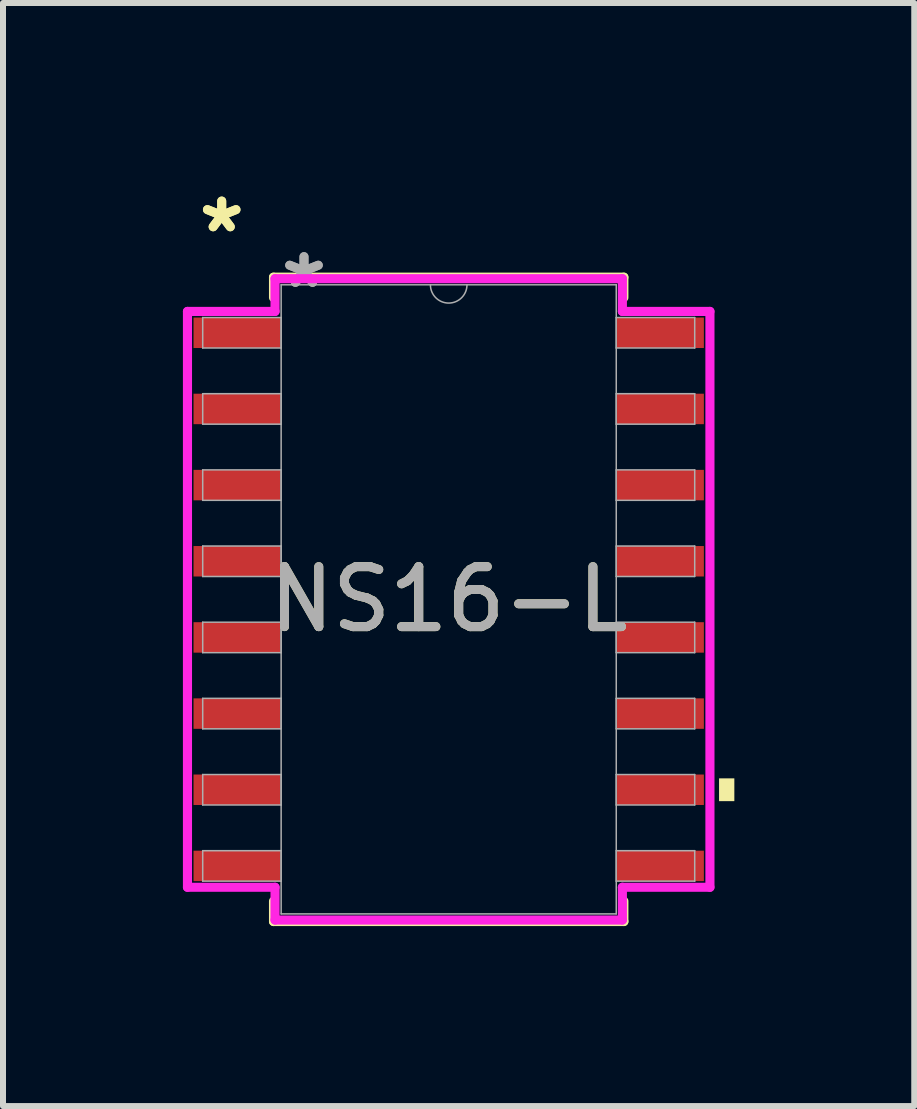
<source format=kicad_pcb>
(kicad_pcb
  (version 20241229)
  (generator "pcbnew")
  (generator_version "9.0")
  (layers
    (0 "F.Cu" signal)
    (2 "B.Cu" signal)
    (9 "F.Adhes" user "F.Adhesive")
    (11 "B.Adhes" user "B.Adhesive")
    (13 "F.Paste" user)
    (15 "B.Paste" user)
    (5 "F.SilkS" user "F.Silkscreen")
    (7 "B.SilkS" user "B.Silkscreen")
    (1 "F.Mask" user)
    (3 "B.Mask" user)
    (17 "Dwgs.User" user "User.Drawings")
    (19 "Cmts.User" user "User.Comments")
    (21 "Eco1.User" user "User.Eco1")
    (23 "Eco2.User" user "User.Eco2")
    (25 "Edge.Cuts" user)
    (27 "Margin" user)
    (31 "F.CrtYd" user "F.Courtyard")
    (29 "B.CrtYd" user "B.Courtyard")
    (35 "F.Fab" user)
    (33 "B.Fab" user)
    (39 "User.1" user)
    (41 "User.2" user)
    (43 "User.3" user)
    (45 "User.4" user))
  (footprint "NS16-L"
    (layer "F.Cu")
    (at 4.432 6.944)
    (property "Reference" "NS16-L" (at 0 0 0) (unlocked yes) (layer "F.SilkS") (effects (font (size 1 1) (thickness 0.15))))
    (attr smd)
    (fp_line (start -2.921 -5.372) (end -2.921 -5.032) (stroke (width 0.152) (type solid)) (layer "F.SilkS"))
    (fp_line (start -2.921 5.032) (end -2.921 5.372) (stroke (width 0.152) (type solid)) (layer "F.SilkS"))
    (fp_line (start -2.921 5.372) (end 2.921 5.372) (stroke (width 0.152) (type solid)) (layer "F.SilkS"))
    (fp_line (start 2.921 -5.372) (end -2.921 -5.372) (stroke (width 0.152) (type solid)) (layer "F.SilkS"))
    (fp_line (start 2.921 -5.032) (end 2.921 -5.372) (stroke (width 0.152) (type solid)) (layer "F.SilkS"))
    (fp_line (start 2.921 5.372) (end 2.921 5.032) (stroke (width 0.152) (type solid)) (layer "F.SilkS"))
    (fp_poly (pts (xy 4.763 2.985) (xy 4.763 3.365) (xy 4.508 3.365) (xy 4.508 2.985)) (stroke (width 0) (type solid)) (fill yes) (layer "F.SilkS"))
    (fp_line (start -4.356 -4.801) (end -2.896 -4.801) (stroke (width 0.152) (type solid)) (layer "F.CrtYd"))
    (fp_line (start -4.356 4.801) (end -4.356 -4.801) (stroke (width 0.152) (type solid)) (layer "F.CrtYd"))
    (fp_line (start -4.356 4.801) (end -2.896 4.801) (stroke (width 0.152) (type solid)) (layer "F.CrtYd"))
    (fp_line (start -2.896 -5.347) (end 2.896 -5.347) (stroke (width 0.152) (type solid)) (layer "F.CrtYd"))
    (fp_line (start -2.896 -4.801) (end -2.896 -5.347) (stroke (width 0.152) (type solid)) (layer "F.CrtYd"))
    (fp_line (start -2.896 5.347) (end -2.896 4.801) (stroke (width 0.152) (type solid)) (layer "F.CrtYd"))
    (fp_line (start 2.896 -5.347) (end 2.896 -4.801) (stroke (width 0.152) (type solid)) (layer "F.CrtYd"))
    (fp_line (start 2.896 4.801) (end 2.896 5.347) (stroke (width 0.152) (type solid)) (layer "F.CrtYd"))
    (fp_line (start 2.896 5.347) (end -2.896 5.347) (stroke (width 0.152) (type solid)) (layer "F.CrtYd"))
    (fp_line (start 4.356 -4.801) (end 2.896 -4.801) (stroke (width 0.152) (type solid)) (layer "F.CrtYd"))
    (fp_line (start 4.356 -4.801) (end 4.356 4.801) (stroke (width 0.152) (type solid)) (layer "F.CrtYd"))
    (fp_line (start 4.356 4.801) (end 2.896 4.801) (stroke (width 0.152) (type solid)) (layer "F.CrtYd"))
    (fp_line (start -4.102 -4.699) (end -4.102 -4.191) (stroke (width 0.025) (type solid)) (layer "F.Fab"))
    (fp_line (start -4.102 -4.191) (end -2.794 -4.191) (stroke (width 0.025) (type solid)) (layer "F.Fab"))
    (fp_line (start -4.102 -3.429) (end -4.102 -2.921) (stroke (width 0.025) (type solid)) (layer "F.Fab"))
    (fp_line (start -4.102 -2.921) (end -2.794 -2.921) (stroke (width 0.025) (type solid)) (layer "F.Fab"))
    (fp_line (start -4.102 -2.159) (end -4.102 -1.651) (stroke (width 0.025) (type solid)) (layer "F.Fab"))
    (fp_line (start -4.102 -1.651) (end -2.794 -1.651) (stroke (width 0.025) (type solid)) (layer "F.Fab"))
    (fp_line (start -4.102 -0.889) (end -4.102 -0.381) (stroke (width 0.025) (type solid)) (layer "F.Fab"))
    (fp_line (start -4.102 -0.381) (end -2.794 -0.381) (stroke (width 0.025) (type solid)) (layer "F.Fab"))
    (fp_line (start -4.102 0.381) (end -4.102 0.889) (stroke (width 0.025) (type solid)) (layer "F.Fab"))
    (fp_line (start -4.102 0.889) (end -2.794 0.889) (stroke (width 0.025) (type solid)) (layer "F.Fab"))
    (fp_line (start -4.102 1.651) (end -4.102 2.159) (stroke (width 0.025) (type solid)) (layer "F.Fab"))
    (fp_line (start -4.102 2.159) (end -2.794 2.159) (stroke (width 0.025) (type solid)) (layer "F.Fab"))
    (fp_line (start -4.102 2.921) (end -4.102 3.429) (stroke (width 0.025) (type solid)) (layer "F.Fab"))
    (fp_line (start -4.102 3.429) (end -2.794 3.429) (stroke (width 0.025) (type solid)) (layer "F.Fab"))
    (fp_line (start -4.102 4.191) (end -4.102 4.699) (stroke (width 0.025) (type solid)) (layer "F.Fab"))
    (fp_line (start -4.102 4.699) (end -2.794 4.699) (stroke (width 0.025) (type solid)) (layer "F.Fab"))
    (fp_line (start -2.794 -5.245) (end -2.794 5.245) (stroke (width 0.025) (type solid)) (layer "F.Fab"))
    (fp_line (start -2.794 -4.699) (end -4.102 -4.699) (stroke (width 0.025) (type solid)) (layer "F.Fab"))
    (fp_line (start -2.794 -4.191) (end -2.794 -4.699) (stroke (width 0.025) (type solid)) (layer "F.Fab"))
    (fp_line (start -2.794 -3.429) (end -4.102 -3.429) (stroke (width 0.025) (type solid)) (layer "F.Fab"))
    (fp_line (start -2.794 -2.921) (end -2.794 -3.429) (stroke (width 0.025) (type solid)) (layer "F.Fab"))
    (fp_line (start -2.794 -2.159) (end -4.102 -2.159) (stroke (width 0.025) (type solid)) (layer "F.Fab"))
    (fp_line (start -2.794 -1.651) (end -2.794 -2.159) (stroke (width 0.025) (type solid)) (layer "F.Fab"))
    (fp_line (start -2.794 -0.889) (end -4.102 -0.889) (stroke (width 0.025) (type solid)) (layer "F.Fab"))
    (fp_line (start -2.794 -0.381) (end -2.794 -0.889) (stroke (width 0.025) (type solid)) (layer "F.Fab"))
    (fp_line (start -2.794 0.381) (end -4.102 0.381) (stroke (width 0.025) (type solid)) (layer "F.Fab"))
    (fp_line (start -2.794 0.889) (end -2.794 0.381) (stroke (width 0.025) (type solid)) (layer "F.Fab"))
    (fp_line (start -2.794 1.651) (end -4.102 1.651) (stroke (width 0.025) (type solid)) (layer "F.Fab"))
    (fp_line (start -2.794 2.159) (end -2.794 1.651) (stroke (width 0.025) (type solid)) (layer "F.Fab"))
    (fp_line (start -2.794 2.921) (end -4.102 2.921) (stroke (width 0.025) (type solid)) (layer "F.Fab"))
    (fp_line (start -2.794 3.429) (end -2.794 2.921) (stroke (width 0.025) (type solid)) (layer "F.Fab"))
    (fp_line (start -2.794 4.191) (end -4.102 4.191) (stroke (width 0.025) (type solid)) (layer "F.Fab"))
    (fp_line (start -2.794 4.699) (end -2.794 4.191) (stroke (width 0.025) (type solid)) (layer "F.Fab"))
    (fp_line (start -2.794 5.245) (end 2.794 5.245) (stroke (width 0.025) (type solid)) (layer "F.Fab"))
    (fp_line (start 2.794 -5.245) (end -2.794 -5.245) (stroke (width 0.025) (type solid)) (layer "F.Fab"))
    (fp_line (start 2.794 -4.699) (end 2.794 -4.191) (stroke (width 0.025) (type solid)) (layer "F.Fab"))
    (fp_line (start 2.794 -4.191) (end 4.102 -4.191) (stroke (width 0.025) (type solid)) (layer "F.Fab"))
    (fp_line (start 2.794 -3.429) (end 2.794 -2.921) (stroke (width 0.025) (type solid)) (layer "F.Fab"))
    (fp_line (start 2.794 -2.921) (end 4.102 -2.921) (stroke (width 0.025) (type solid)) (layer "F.Fab"))
    (fp_line (start 2.794 -2.159) (end 2.794 -1.651) (stroke (width 0.025) (type solid)) (layer "F.Fab"))
    (fp_line (start 2.794 -1.651) (end 4.102 -1.651) (stroke (width 0.025) (type solid)) (layer "F.Fab"))
    (fp_line (start 2.794 -0.889) (end 2.794 -0.381) (stroke (width 0.025) (type solid)) (layer "F.Fab"))
    (fp_line (start 2.794 -0.381) (end 4.102 -0.381) (stroke (width 0.025) (type solid)) (layer "F.Fab"))
    (fp_line (start 2.794 0.381) (end 2.794 0.889) (stroke (width 0.025) (type solid)) (layer "F.Fab"))
    (fp_line (start 2.794 0.889) (end 4.102 0.889) (stroke (width 0.025) (type solid)) (layer "F.Fab"))
    (fp_line (start 2.794 1.651) (end 2.794 2.159) (stroke (width 0.025) (type solid)) (layer "F.Fab"))
    (fp_line (start 2.794 2.159) (end 4.102 2.159) (stroke (width 0.025) (type solid)) (layer "F.Fab"))
    (fp_line (start 2.794 2.921) (end 2.794 3.429) (stroke (width 0.025) (type solid)) (layer "F.Fab"))
    (fp_line (start 2.794 3.429) (end 4.102 3.429) (stroke (width 0.025) (type solid)) (layer "F.Fab"))
    (fp_line (start 2.794 4.191) (end 2.794 4.699) (stroke (width 0.025) (type solid)) (layer "F.Fab"))
    (fp_line (start 2.794 4.699) (end 4.102 4.699) (stroke (width 0.025) (type solid)) (layer "F.Fab"))
    (fp_line (start 2.794 5.245) (end 2.794 -5.245) (stroke (width 0.025) (type solid)) (layer "F.Fab"))
    (fp_line (start 4.102 -4.699) (end 2.794 -4.699) (stroke (width 0.025) (type solid)) (layer "F.Fab"))
    (fp_line (start 4.102 -4.191) (end 4.102 -4.699) (stroke (width 0.025) (type solid)) (layer "F.Fab"))
    (fp_line (start 4.102 -3.429) (end 2.794 -3.429) (stroke (width 0.025) (type solid)) (layer "F.Fab"))
    (fp_line (start 4.102 -2.921) (end 4.102 -3.429) (stroke (width 0.025) (type solid)) (layer "F.Fab"))
    (fp_line (start 4.102 -2.159) (end 2.794 -2.159) (stroke (width 0.025) (type solid)) (layer "F.Fab"))
    (fp_line (start 4.102 -1.651) (end 4.102 -2.159) (stroke (width 0.025) (type solid)) (layer "F.Fab"))
    (fp_line (start 4.102 -0.889) (end 2.794 -0.889) (stroke (width 0.025) (type solid)) (layer "F.Fab"))
    (fp_line (start 4.102 -0.381) (end 4.102 -0.889) (stroke (width 0.025) (type solid)) (layer "F.Fab"))
    (fp_line (start 4.102 0.381) (end 2.794 0.381) (stroke (width 0.025) (type solid)) (layer "F.Fab"))
    (fp_line (start 4.102 0.889) (end 4.102 0.381) (stroke (width 0.025) (type solid)) (layer "F.Fab"))
    (fp_line (start 4.102 1.651) (end 2.794 1.651) (stroke (width 0.025) (type solid)) (layer "F.Fab"))
    (fp_line (start 4.102 2.159) (end 4.102 1.651) (stroke (width 0.025) (type solid)) (layer "F.Fab"))
    (fp_line (start 4.102 2.921) (end 2.794 2.921) (stroke (width 0.025) (type solid)) (layer "F.Fab"))
    (fp_line (start 4.102 3.429) (end 4.102 2.921) (stroke (width 0.025) (type solid)) (layer "F.Fab"))
    (fp_line (start 4.102 4.191) (end 2.794 4.191) (stroke (width 0.025) (type solid)) (layer "F.Fab"))
    (fp_line (start 4.102 4.699) (end 4.102 4.191) (stroke (width 0.025) (type solid)) (layer "F.Fab"))
    (fp_arc (start 0.3048 -5.2451) (mid 0 -4.9403) (end -0.3048 -5.2451) (stroke (width 0.0254) (type solid)) (layer "F.Fab"))
    (fp_text user "*" (at -3.785 -6.096 0) (unlocked yes) (layer "F.SilkS") (effects (font (size 1 1) (thickness 0.15))))
    (fp_text user "*" (at -3.785 -6.096 0) (layer "F.SilkS") (effects (font (size 1 1) (thickness 0.15))))
    (fp_text user "*" (at -2.413 -5.169 0) (layer "F.Fab") (effects (font (size 1 1) (thickness 0.15))))
    (fp_text user "${REFERENCE}" (at 0 0 0) (unlocked yes) (layer "F.Fab") (effects (font (size 1 1) (thickness 0.15))))
    (fp_text user "*" (at -2.413 -5.169 0) (unlocked yes) (layer "F.Fab") (effects (font (size 1 1) (thickness 0.15))))
    (pad "1" smd rect (at -3.531 -4.445) (size 1.448 0.508) (layers "F.Cu" "F.Mask" "F.Paste"))
    (pad "2" smd rect (at -3.531 -3.175) (size 1.448 0.508) (layers "F.Cu" "F.Mask" "F.Paste"))
    (pad "3" smd rect (at -3.531 -1.905) (size 1.448 0.508) (layers "F.Cu" "F.Mask" "F.Paste"))
    (pad "4" smd rect (at -3.531 -0.635) (size 1.448 0.508) (layers "F.Cu" "F.Mask" "F.Paste"))
    (pad "5" smd rect (at -3.531 0.635) (size 1.448 0.508) (layers "F.Cu" "F.Mask" "F.Paste"))
    (pad "6" smd rect (at -3.531 1.905) (size 1.448 0.508) (layers "F.Cu" "F.Mask" "F.Paste"))
    (pad "7" smd rect (at -3.531 3.175) (size 1.448 0.508) (layers "F.Cu" "F.Mask" "F.Paste"))
    (pad "8" smd rect (at -3.531 4.445) (size 1.448 0.508) (layers "F.Cu" "F.Mask" "F.Paste"))
    (pad "9" smd rect (at 3.531 4.445) (size 1.448 0.508) (layers "F.Cu" "F.Mask" "F.Paste"))
    (pad "10" smd rect (at 3.531 3.175) (size 1.448 0.508) (layers "F.Cu" "F.Mask" "F.Paste"))
    (pad "11" smd rect (at 3.531 1.905) (size 1.448 0.508) (layers "F.Cu" "F.Mask" "F.Paste"))
    (pad "12" smd rect (at 3.531 0.635) (size 1.448 0.508) (layers "F.Cu" "F.Mask" "F.Paste"))
    (pad "13" smd rect (at 3.531 -0.635) (size 1.448 0.508) (layers "F.Cu" "F.Mask" "F.Paste"))
    (pad "14" smd rect (at 3.531 -1.905) (size 1.448 0.508) (layers "F.Cu" "F.Mask" "F.Paste"))
    (pad "15" smd rect (at 3.531 -3.175) (size 1.448 0.508) (layers "F.Cu" "F.Mask" "F.Paste"))
    (pad "16" smd rect (at 3.531 -4.445) (size 1.448 0.508) (layers "F.Cu" "F.Mask" "F.Paste")))
  (gr_rect
    (start -3 -3)
    (end 12.195 15.393)
    (stroke (width 0.1) (type default))
    (fill no)
    (layer "Edge.Cuts")))
</source>
